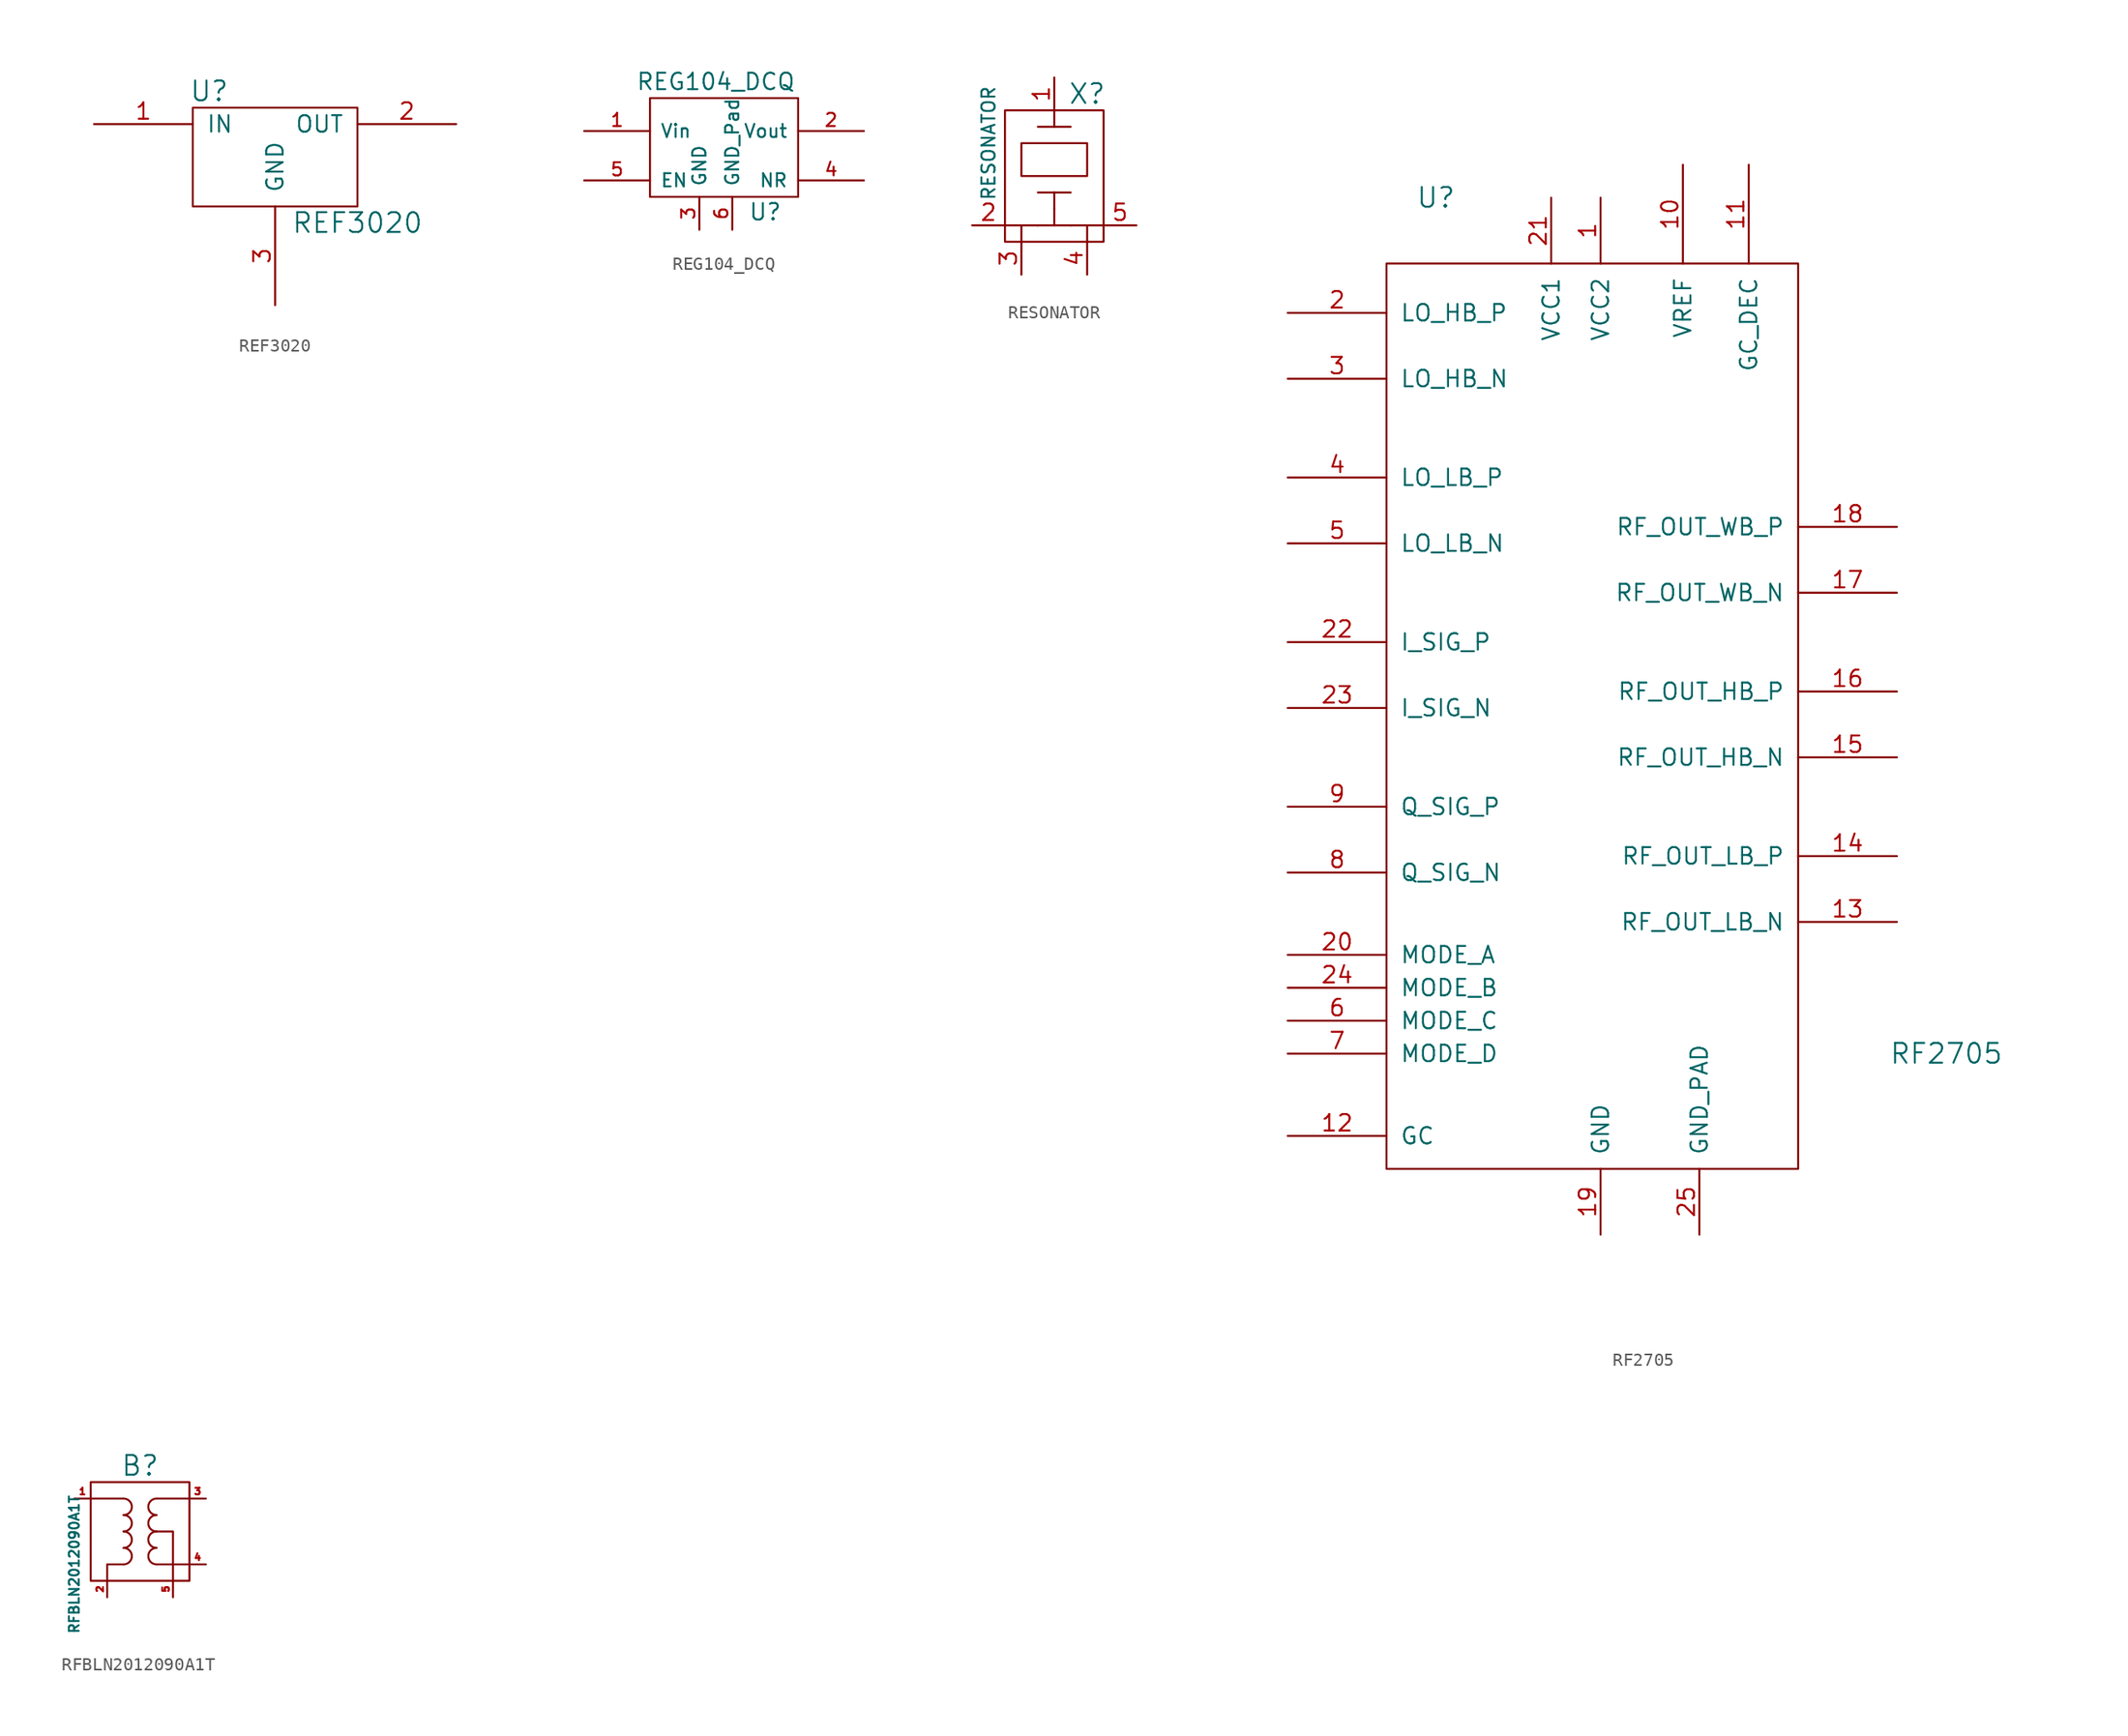
<source format=kicad_sym>
(kicad_symbol_lib
  (version 20211014)
  (generator kicad_symbol_editor)
  (symbol "REF3020"
    (pin_names
      (offset 1.016))
    (property "Reference" "U"
      (at -5.08 5.08 0)
      (effects (font (size 1.524 1.524))))
    (property "Value" "REF3020"
      (at 6.35 -5.08 0)
      (effects (font (size 1.524 1.524))))
    (property "Footprint" ""
      (at 0 0 0)
      (effects (font (size 1.524 1.524))))
    (property "Datasheet" ""
      (at 0 0 0)
      (effects (font (size 1.524 1.524))))
    (symbol "REF3020_0_1"
      (rectangle (start -6.35 3.81) (end 6.35 -3.81) (stroke (width 0) (type default) (color 0 0 0 0)) (fill (type none))))
    (symbol "REF3020_1_1"
      (pin power_in line (at -13.97 2.54 0) (length 7.62) (name "IN" (effects (font (size 1.27 1.27)))) (number "1" (effects (font (size 1.27 1.27)))))
      (pin power_out line (at 13.97 2.54 180) (length 7.62) (name "OUT" (effects (font (size 1.27 1.27)))) (number "2" (effects (font (size 1.27 1.27)))))
      (pin power_out line (at 0 -11.43 90) (length 7.62) (name "GND" (effects (font (size 1.27 1.27)))) (number "3" (effects (font (size 1.27 1.27)))))))
  (symbol "REG104_DCQ"
    (pin_names
      (offset 0.762))
    (property "Reference" "U"
      (at 3.81 -4.978 0)
      (effects (font (size 1.27 1.27))))
    (property "Value" "REG104_DCQ"
      (at 0 5.08 0)
      (effects (font (size 1.27 1.27))))
    (symbol "REG104_DCQ_0_1"
      (rectangle (start -5.08 3.81) (end 6.35 -3.81) (stroke (width 0) (type default) (color 0 0 0 0)) (fill (type none))))
    (symbol "REG104_DCQ_1_1"
      (pin power_out line (at -10.16 1.27 0) (length 5.08) (name "Vin" (effects (font (size 1.016 1.016)))) (number "1" (effects (font (size 1.016 1.016)))))
      (pin input line (at 11.43 1.27 180) (length 5.08) (name "Vout" (effects (font (size 1.016 1.016)))) (number "2" (effects (font (size 1.016 1.016)))))
      (pin input line (at -1.27 -6.35 90) (length 2.54) (name "GND" (effects (font (size 1.016 1.016)))) (number "3" (effects (font (size 1.016 1.016)))))
      (pin input line (at 11.43 -2.54 180) (length 5.08) (name "NR" (effects (font (size 1.016 1.016)))) (number "4" (effects (font (size 1.016 1.016)))))
      (pin power_out line (at -10.16 -2.54 0) (length 5.08) (name "EN" (effects (font (size 1.016 1.016)))) (number "5" (effects (font (size 1.016 1.016)))))
      (pin input line (at 1.27 -6.35 90) (length 2.54) (name "GND_Pad" (effects (font (size 1.016 1.016)))) (number "6" (effects (font (size 1.016 1.016)))))))
  (symbol "RESONATOR"
    (pin_names
      (offset 1.016) hide)
    (property "Reference" "X"
      (at 2.54 5.08 0)
      (effects (font (size 1.524 1.524))))
    (property "Value" "RESONATOR"
      (at -5.08 1.27 90)
      (effects (font (size 1.016 1.016))))
    (property "Footprint" ""
      (at 0 0 0)
      (effects (font (size 1.524 1.524))))
    (property "Datasheet" ""
      (at 0 0 0)
      (effects (font (size 1.524 1.524))))
    (symbol "RESONATOR_0_1"
      (rectangle (start -3.81 3.81) (end 3.81 -6.35) (stroke (width 0) (type default) (color 0 0 0 0)) (fill (type none)))
      (polyline (pts (xy -2.54 -6.35) (xy -2.54 -5.08)) (stroke (width 0) (type default) (color 0 0 0 0)) (fill (type none)))
      (polyline (pts (xy -1.27 -5.08) (xy -3.81 -5.08)) (stroke (width 0) (type default) (color 0 0 0 0)) (fill (type none)))
      (polyline (pts (xy -1.27 -5.08) (xy 1.27 -5.08)) (stroke (width 0) (type default) (color 0 0 0 0)) (fill (type none)))
      (polyline (pts (xy -1.27 -2.54) (xy 1.27 -2.54)) (stroke (width 0) (type default) (color 0 0 0 0)) (fill (type none)))
      (polyline (pts (xy -1.27 2.54) (xy 1.27 2.54)) (stroke (width 0) (type default) (color 0 0 0 0)) (fill (type none)))
      (polyline (pts (xy 0 -3.81) (xy 0 -5.08)) (stroke (width 0) (type default) (color 0 0 0 0)) (fill (type none)))
      (polyline (pts (xy 0 -2.54) (xy 0 -3.81)) (stroke (width 0) (type default) (color 0 0 0 0)) (fill (type none)))
      (polyline (pts (xy 0 2.54) (xy 0 3.81)) (stroke (width 0) (type default) (color 0 0 0 0)) (fill (type none)))
      (polyline (pts (xy 1.27 -5.08) (xy 3.81 -5.08)) (stroke (width 0) (type default) (color 0 0 0 0)) (fill (type none)))
      (polyline (pts (xy 2.54 -6.35) (xy 2.54 -5.08)) (stroke (width 0) (type default) (color 0 0 0 0)) (fill (type none)))
      (polyline (pts (xy -2.54 1.27) (xy 2.54 1.27) (xy 2.54 -1.27) (xy -2.54 -1.27) (xy -2.54 1.27)) (stroke (width 0) (type default) (color 0 0 0 0)) (fill (type none))))
    (symbol "RESONATOR_1_1"
      (pin input line (at 0 6.35 270) (length 2.54) (name "1" (effects (font (size 1.27 1.27)))) (number "1" (effects (font (size 1.27 1.27)))))
      (pin input line (at -6.35 -5.08 0) (length 2.54) (name "2" (effects (font (size 1.27 1.27)))) (number "2" (effects (font (size 1.27 1.27)))))
      (pin input line (at -2.54 -8.89 90) (length 2.54) (name "3" (effects (font (size 1.27 1.27)))) (number "3" (effects (font (size 1.27 1.27)))))
      (pin input line (at 2.54 -8.89 90) (length 2.54) (name "4" (effects (font (size 1.27 1.27)))) (number "4" (effects (font (size 1.27 1.27)))))
      (pin input line (at 6.35 -5.08 180) (length 2.54) (name "5" (effects (font (size 1.27 1.27)))) (number "5" (effects (font (size 1.27 1.27)))))))
  (symbol "RF2705"
    (pin_names
      (offset 1.016))
    (property "Reference" "U"
      (at -12.7 40.64 0)
      (effects (font (size 1.524 1.524))))
    (property "Value" "RF2705"
      (at 26.67 -25.4 0)
      (effects (font (size 1.524 1.524))))
    (property "Footprint" ""
      (at 15.24 2.54 0)
      (effects (font (size 1.524 1.524))))
    (property "Datasheet" ""
      (at 15.24 2.54 0)
      (effects (font (size 1.524 1.524))))
    (symbol "RF2705_0_1"
      (rectangle (start 15.24 35.56) (end -16.51 -34.29) (stroke (width 0) (type default) (color 0 0 0 0)) (fill (type none))))
    (symbol "RF2705_1_1"
      (pin power_in line (at 0 40.64 270) (length 5.08) (name "VCC2" (effects (font (size 1.27 1.27)))) (number "1" (effects (font (size 1.27 1.27)))))
      (pin input line (at 6.35 43.18 270) (length 7.62) (name "VREF" (effects (font (size 1.27 1.27)))) (number "10" (effects (font (size 1.27 1.27)))))
      (pin output line (at 11.43 43.18 270) (length 7.62) (name "GC_DEC" (effects (font (size 1.27 1.27)))) (number "11" (effects (font (size 1.27 1.27)))))
      (pin input line (at -24.13 -31.75 0) (length 7.62) (name "GC" (effects (font (size 1.27 1.27)))) (number "12" (effects (font (size 1.27 1.27)))))
      (pin output line (at 22.86 -15.24 180) (length 7.62) (name "RF_OUT_LB_N" (effects (font (size 1.27 1.27)))) (number "13" (effects (font (size 1.27 1.27)))))
      (pin output line (at 22.86 -10.16 180) (length 7.62) (name "RF_OUT_LB_P" (effects (font (size 1.27 1.27)))) (number "14" (effects (font (size 1.27 1.27)))))
      (pin output line (at 22.86 -2.54 180) (length 7.62) (name "RF_OUT_HB_N" (effects (font (size 1.27 1.27)))) (number "15" (effects (font (size 1.27 1.27)))))
      (pin output line (at 22.86 2.54 180) (length 7.62) (name "RF_OUT_HB_P" (effects (font (size 1.27 1.27)))) (number "16" (effects (font (size 1.27 1.27)))))
      (pin output line (at 22.86 10.16 180) (length 7.62) (name "RF_OUT_WB_N" (effects (font (size 1.27 1.27)))) (number "17" (effects (font (size 1.27 1.27)))))
      (pin output line (at 22.86 15.24 180) (length 7.62) (name "RF_OUT_WB_P" (effects (font (size 1.27 1.27)))) (number "18" (effects (font (size 1.27 1.27)))))
      (pin power_out line (at 0 -39.37 90) (length 5.08) (name "GND" (effects (font (size 1.27 1.27)))) (number "19" (effects (font (size 1.27 1.27)))))
      (pin input line (at -24.13 31.75 0) (length 7.62) (name "LO_HB_P" (effects (font (size 1.27 1.27)))) (number "2" (effects (font (size 1.27 1.27)))))
      (pin input line (at -24.13 -17.78 0) (length 7.62) (name "MODE_A" (effects (font (size 1.27 1.27)))) (number "20" (effects (font (size 1.27 1.27)))))
      (pin power_in line (at -3.81 40.64 270) (length 5.08) (name "VCC1" (effects (font (size 1.27 1.27)))) (number "21" (effects (font (size 1.27 1.27)))))
      (pin input line (at -24.13 6.35 0) (length 7.62) (name "I_SIG_P" (effects (font (size 1.27 1.27)))) (number "22" (effects (font (size 1.27 1.27)))))
      (pin input line (at -24.13 1.27 0) (length 7.62) (name "I_SIG_N" (effects (font (size 1.27 1.27)))) (number "23" (effects (font (size 1.27 1.27)))))
      (pin input line (at -24.13 -20.32 0) (length 7.62) (name "MODE_B" (effects (font (size 1.27 1.27)))) (number "24" (effects (font (size 1.27 1.27)))))
      (pin power_out line (at 7.62 -39.37 90) (length 5.08) (name "GND_PAD" (effects (font (size 1.27 1.27)))) (number "25" (effects (font (size 1.27 1.27)))))
      (pin input line (at -24.13 26.67 0) (length 7.62) (name "LO_HB_N" (effects (font (size 1.27 1.27)))) (number "3" (effects (font (size 1.27 1.27)))))
      (pin input line (at -24.13 19.05 0) (length 7.62) (name "LO_LB_P" (effects (font (size 1.27 1.27)))) (number "4" (effects (font (size 1.27 1.27)))))
      (pin input line (at -24.13 13.97 0) (length 7.62) (name "LO_LB_N" (effects (font (size 1.27 1.27)))) (number "5" (effects (font (size 1.27 1.27)))))
      (pin input line (at -24.13 -22.86 0) (length 7.62) (name "MODE_C" (effects (font (size 1.27 1.27)))) (number "6" (effects (font (size 1.27 1.27)))))
      (pin input line (at -24.13 -25.4 0) (length 7.62) (name "MODE_D" (effects (font (size 1.27 1.27)))) (number "7" (effects (font (size 1.27 1.27)))))
      (pin input line (at -24.13 -11.43 0) (length 7.62) (name "Q_SIG_N" (effects (font (size 1.27 1.27)))) (number "8" (effects (font (size 1.27 1.27)))))
      (pin input line (at -24.13 -6.35 0) (length 7.62) (name "Q_SIG_P" (effects (font (size 1.27 1.27)))) (number "9" (effects (font (size 1.27 1.27)))))))
  (symbol "RFBLN2012090A1T"
    (pin_names
      (offset 0) hide)
    (property "Reference" "B"
      (at 0 5.08 0)
      (effects (font (size 1.524 1.524))))
    (property "Value" "RFBLN2012090A1T"
      (at -5.08 -2.54 90)
      (effects (font (size 0.762 0.762))))
    (property "Footprint" ""
      (at 0 0 0)
      (effects (font (size 1.524 1.524))))
    (property "Datasheet" ""
      (at 0 0 0)
      (effects (font (size 1.524 1.524))))
    (symbol "RFBLN2012090A1T_0_1"
      (arc (start -1.27 -2.54) (mid -0.635 -1.905) (end -1.27 -1.27) (stroke (width 0) (type default) (color 0 0 0 0)) (fill (type none)))
      (arc (start -1.27 -1.27) (mid -0.635 -0.635) (end -1.27 0) (stroke (width 0) (type default) (color 0 0 0 0)) (fill (type none)))
      (arc (start -1.27 0) (mid -0.635 0.635) (end -1.27 1.27) (stroke (width 0) (type default) (color 0 0 0 0)) (fill (type none)))
      (arc (start -1.27 1.27) (mid -0.635 1.905) (end -1.27 2.54) (stroke (width 0) (type default) (color 0 0 0 0)) (fill (type none)))
      (polyline (pts (xy -1.27 2.54) (xy -3.81 2.54)) (stroke (width 0) (type default) (color 0 0 0 0)) (fill (type none)))
      (polyline (pts (xy 1.27 -2.54) (xy 3.81 -2.54)) (stroke (width 0) (type default) (color 0 0 0 0)) (fill (type none)))
      (polyline (pts (xy 1.27 2.54) (xy 3.81 2.54)) (stroke (width 0) (type default) (color 0 0 0 0)) (fill (type none)))
      (polyline (pts (xy -1.27 -2.54) (xy -2.54 -2.54) (xy -2.54 -3.81)) (stroke (width 0) (type default) (color 0 0 0 0)) (fill (type none)))
      (polyline (pts (xy 1.27 0) (xy 2.54 0) (xy 2.54 -3.81)) (stroke (width 0) (type default) (color 0 0 0 0)) (fill (type none)))
      (arc (start 1.27 -1.27) (mid 0.635 -1.905) (end 1.27 -2.54) (stroke (width 0) (type default) (color 0 0 0 0)) (fill (type none)))
      (arc (start 1.27 0) (mid 0.635 -0.635) (end 1.27 -1.27) (stroke (width 0) (type default) (color 0 0 0 0)) (fill (type none)))
      (arc (start 1.27 1.27) (mid 0.635 0.635) (end 1.27 0) (stroke (width 0) (type default) (color 0 0 0 0)) (fill (type none)))
      (arc (start 1.27 2.54) (mid 0.635 1.905) (end 1.27 1.27) (stroke (width 0) (type default) (color 0 0 0 0)) (fill (type none)))
      (rectangle (start 3.81 -3.81) (end -3.81 3.81) (stroke (width 0) (type default) (color 0 0 0 0)) (fill (type none))))
    (symbol "RFBLN2012090A1T_1_1"
      (pin bidirectional line (at -5.08 2.54 0) (length 1.27) (name "UnBalanced" (effects (font (size 0.508 0.508)))) (number "1" (effects (font (size 0.508 0.508)))))
      (pin bidirectional line (at -2.54 -5.08 90) (length 1.27) (name "GND" (effects (font (size 0.508 0.508)))) (number "2" (effects (font (size 0.508 0.508)))))
      (pin bidirectional line (at 5.08 2.54 180) (length 1.27) (name "Balanced" (effects (font (size 0.508 0.508)))) (number "3" (effects (font (size 0.508 0.508)))))
      (pin bidirectional line (at 5.08 -2.54 180) (length 1.27) (name "Balanced" (effects (font (size 0.508 0.508)))) (number "4" (effects (font (size 0.508 0.508)))))
      (pin bidirectional line (at 2.54 -5.08 90) (length 1.27) (name "GND" (effects (font (size 0.508 0.508)))) (number "5" (effects (font (size 0.508 0.508)))))
      (pin no_connect line (at 0 -5.08 90) (length 1.27) hide (name "NC" (effects (font (size 0.508 0.508)))) (number "6" (effects (font (size 0.508 0.508))))))))
</source>
